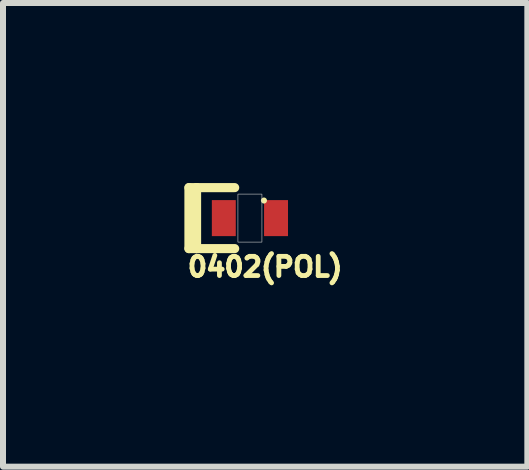
<source format=kicad_pcb>
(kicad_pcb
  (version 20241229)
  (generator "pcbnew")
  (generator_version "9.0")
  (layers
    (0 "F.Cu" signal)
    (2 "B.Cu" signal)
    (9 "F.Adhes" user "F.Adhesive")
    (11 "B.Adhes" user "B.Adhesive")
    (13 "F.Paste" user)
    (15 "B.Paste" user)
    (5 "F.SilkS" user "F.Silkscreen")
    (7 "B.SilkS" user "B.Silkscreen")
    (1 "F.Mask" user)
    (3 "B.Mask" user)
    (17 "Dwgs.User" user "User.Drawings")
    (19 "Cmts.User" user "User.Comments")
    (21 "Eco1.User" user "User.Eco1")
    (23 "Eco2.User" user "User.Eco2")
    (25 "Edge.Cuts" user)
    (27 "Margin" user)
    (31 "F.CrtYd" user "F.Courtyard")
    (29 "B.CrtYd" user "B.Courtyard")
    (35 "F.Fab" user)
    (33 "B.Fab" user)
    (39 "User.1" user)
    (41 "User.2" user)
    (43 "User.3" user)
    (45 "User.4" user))
  (footprint "0402(POL)"
    (layer "F.Cu")
    (at 1.114 0.584)
    (property "Reference" "0402(POL)" (at 0.254 0.813 0) (layer "F.SilkS") (effects (font (size 0.32 0.32) (thickness 0.15))))
    (attr smd)
    (fp_line (start -1.016 -0.508) (end -1.016 0.508) (stroke (width 0.152) (type solid)) (layer "F.SilkS"))
    (fp_line (start -1.016 0.508) (end -0.889 0.508) (stroke (width 0.152) (type solid)) (layer "F.SilkS"))
    (fp_line (start -0.889 -0.508) (end -1.016 -0.508) (stroke (width 0.152) (type solid)) (layer "F.SilkS"))
    (fp_line (start -0.889 -0.508) (end -0.889 0.508) (stroke (width 0.152) (type solid)) (layer "F.SilkS"))
    (fp_line (start -0.889 0.508) (end -0.254 0.508) (stroke (width 0.152) (type solid)) (layer "F.SilkS"))
    (fp_line (start -0.254 -0.508) (end -0.889 -0.508) (stroke (width 0.152) (type solid)) (layer "F.SilkS"))
    (fp_line (start 0.233 -0.293) (end 0.234 -0.293) (stroke (width 0.1) (type solid)) (layer "F.SilkS"))
    (fp_poly (pts (xy -0.634 -0.298) (xy -0.234 -0.298) (xy -0.234 0.3) (xy -0.634 0.3)) (stroke (width 0.01) (type solid)) (fill yes) (layer "F.Paste"))
    (fp_poly (pts (xy 0.235 -0.301) (xy 0.634 -0.301) (xy 0.634 0.298) (xy 0.235 0.298)) (stroke (width 0.01) (type solid)) (fill yes) (layer "F.Paste"))
    (fp_poly (pts (xy -0.2 -0.4) (xy 0.2 -0.4) (xy 0.2 0.4) (xy -0.2 0.4)) (stroke (width 0.01) (type solid)) (fill no) (layer "Dwgs.User"))
    (pad "1" smd rect (at -0.435 0) (size 0.399 0.6) (layers "F.Cu" "F.Mask" "F.Paste"))
    (pad "2" smd rect (at 0.435 0) (size 0.399 0.6) (layers "F.Cu" "F.Mask" "F.Paste")))
  (gr_rect
    (start -3 -3)
    (end 5.736 4.725)
    (stroke (width 0.1) (type default))
    (fill no)
    (layer "Edge.Cuts")))
</source>
